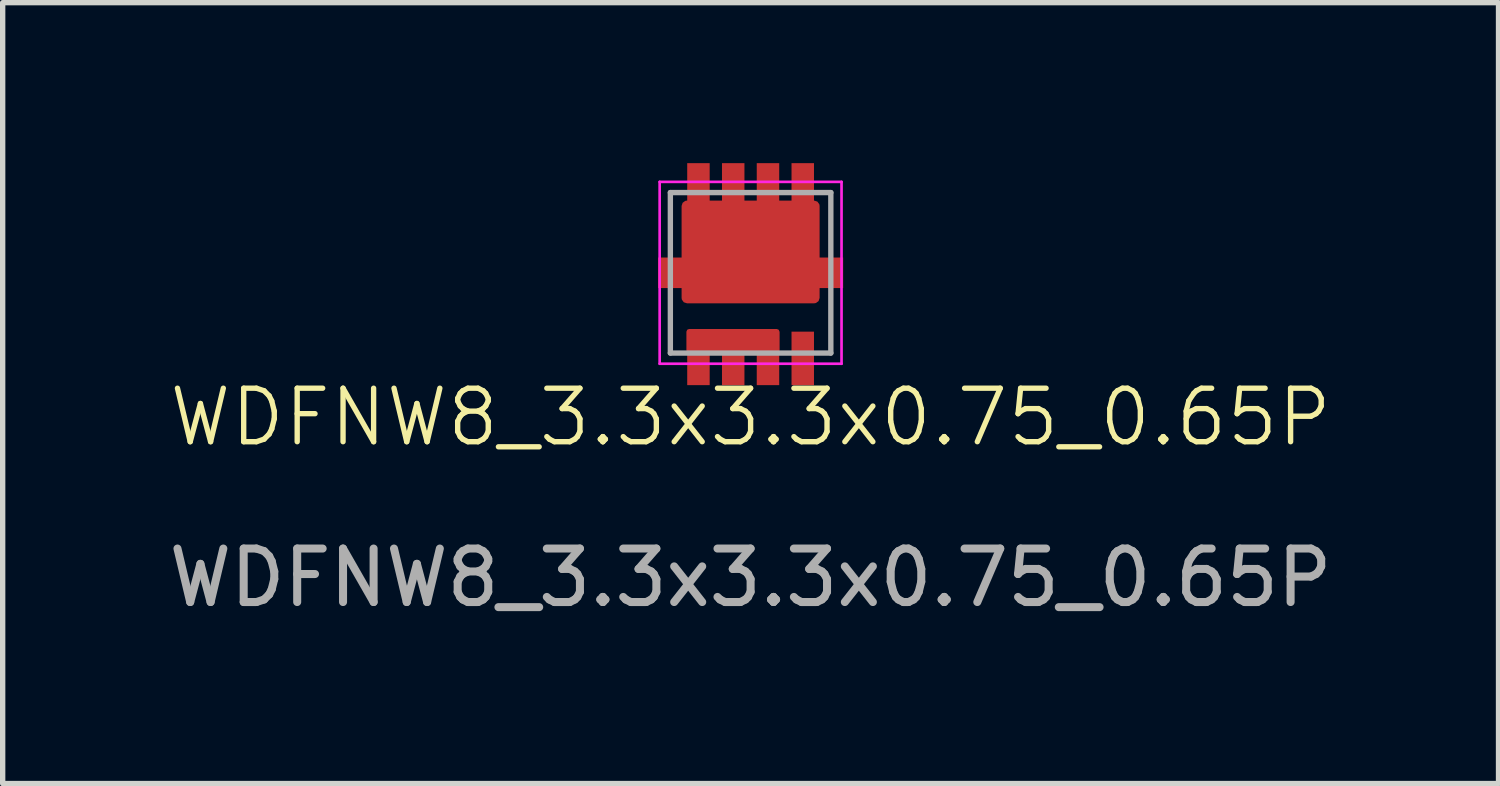
<source format=kicad_pcb>
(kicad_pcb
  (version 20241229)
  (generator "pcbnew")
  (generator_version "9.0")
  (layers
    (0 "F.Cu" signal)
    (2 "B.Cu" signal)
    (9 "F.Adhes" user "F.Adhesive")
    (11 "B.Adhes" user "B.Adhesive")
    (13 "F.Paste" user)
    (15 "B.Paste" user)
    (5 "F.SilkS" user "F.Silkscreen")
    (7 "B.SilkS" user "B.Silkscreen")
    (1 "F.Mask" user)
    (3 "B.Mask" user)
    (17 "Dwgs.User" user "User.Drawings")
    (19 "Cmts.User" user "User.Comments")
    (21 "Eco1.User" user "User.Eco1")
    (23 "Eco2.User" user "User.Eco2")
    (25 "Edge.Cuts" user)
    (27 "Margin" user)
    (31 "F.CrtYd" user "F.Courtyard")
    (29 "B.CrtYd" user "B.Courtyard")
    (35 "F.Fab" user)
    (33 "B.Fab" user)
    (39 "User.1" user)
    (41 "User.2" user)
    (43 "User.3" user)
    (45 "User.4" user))
  (footprint "WDFNW8_3.3x3.3x0.75_0.65P"
    (layer "F.Cu")
    (at 10.982 2.05)
    (property "Reference" "WDFNW8_3.3x3.3x0.75_0.65P" (at 0 2.7 0) (unlocked yes) (layer "F.SilkS") (effects (font (size 1 1) (thickness 0.1))))
    (attr smd)
    (fp_line (start -1.7 -1.7) (end 1.7 -1.7) (stroke (width 0.05) (type default)) (layer "F.CrtYd"))
    (fp_line (start -1.7 1.7) (end -1.7 -1.7) (stroke (width 0.05) (type default)) (layer "F.CrtYd"))
    (fp_line (start 1.7 -1.7) (end 1.7 1.7) (stroke (width 0.05) (type default)) (layer "F.CrtYd"))
    (fp_line (start 1.7 1.7) (end -1.7 1.7) (stroke (width 0.05) (type default)) (layer "F.CrtYd"))
    (fp_line (start -1.5 -1.5) (end 1.5 -1.5) (stroke (width 0.1) (type default)) (layer "F.Fab"))
    (fp_line (start -1.5 1.5) (end -1.5 -1.5) (stroke (width 0.1) (type default)) (layer "F.Fab"))
    (fp_line (start 1.5 -1.5) (end 1.5 1.5) (stroke (width 0.1) (type default)) (layer "F.Fab"))
    (fp_line (start 1.5 1.5) (end -1.5 1.5) (stroke (width 0.1) (type default)) (layer "F.Fab"))
    (fp_text user "${REFERENCE}" (at 0 5.7 0) (unlocked yes) (layer "F.Fab") (effects (font (size 1 1) (thickness 0.15))))
    (pad "1" smd rect (at -0.975 1.6) (size 0.42 1) (layers "F.Cu" "F.Mask" "F.Paste"))
    (pad "1" smd custom (at -0.325 1.6) (size 0.42 1) (layers "F.Cu" "F.Mask" "F.Paste") (options (anchor rect)) (primitives (gr_poly (pts (xy 0.815 -0.5) (xy -0.825 -0.5) (xy -0.825 -0.15) (xy 0.815 -0.15)) (width 0.1) (fill yes))))
    (pad "1" smd rect (at 0.325 1.6) (size 0.42 1) (layers "F.Cu" "F.Mask" "F.Paste"))
    (pad "2" smd rect (at 0.975 1.6) (size 0.42 1) (layers "F.Cu" "F.Mask" "F.Paste"))
    (pad "3" smd rect (at -0.975 -1.66) (size 0.42 0.78) (layers "F.Cu" "F.Mask" "F.Paste"))
    (pad "3" smd rect (at -0.325 -1.66) (size 0.42 0.78) (layers "F.Cu" "F.Mask" "F.Paste"))
    (pad "3" smd custom (at 0 0) (size 3.46 0.57) (layers "F.Cu" "F.Mask" "F.Paste") (options (anchor rect)) (primitives (gr_poly (pts (xy -1.19 0.47) (xy -1.19 -1.25) (xy 1.19 -1.25) (xy 1.19 0.47)) (width 0.2) (fill yes))))
    (pad "3" smd rect (at 0.325 -1.66) (size 0.42 0.78) (layers "F.Cu" "F.Mask" "F.Paste"))
    (pad "3" smd rect (at 0.975 -1.66) (size 0.42 0.78) (layers "F.Cu" "F.Mask" "F.Paste")))
  (gr_rect
    (start -3 -3)
    (end 24.964 11.598)
    (stroke (width 0.1) (type default))
    (fill no)
    (layer "Edge.Cuts")))
</source>
